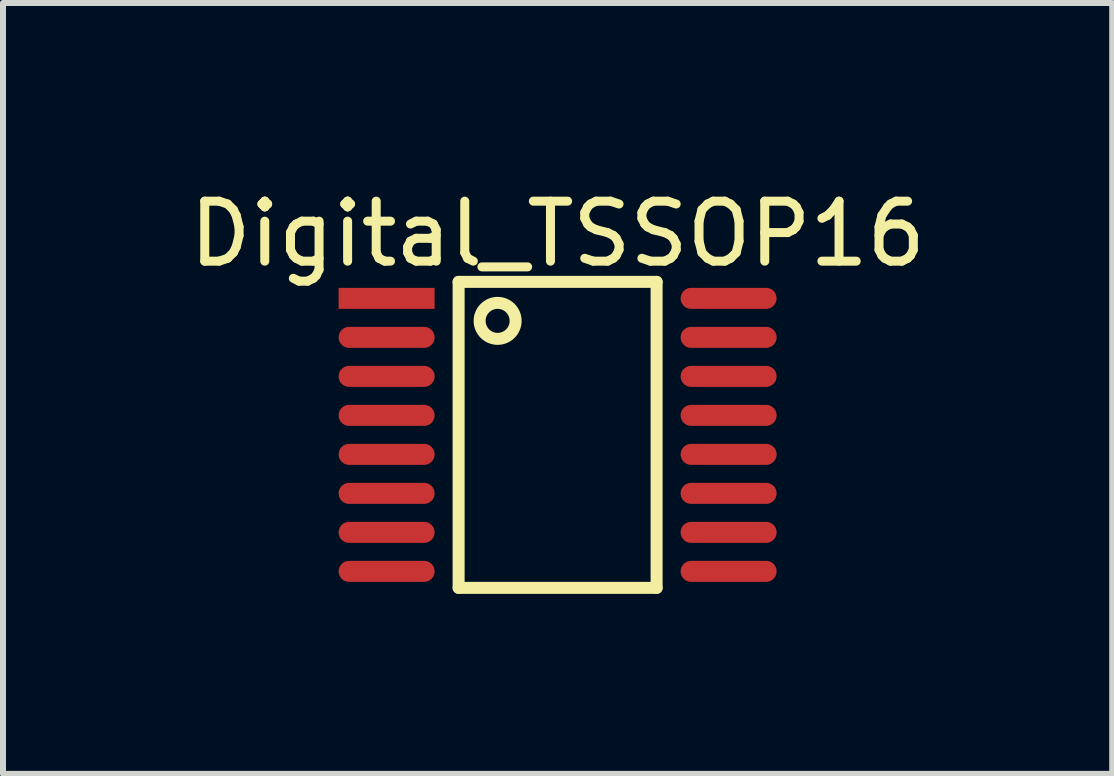
<source format=kicad_pcb>
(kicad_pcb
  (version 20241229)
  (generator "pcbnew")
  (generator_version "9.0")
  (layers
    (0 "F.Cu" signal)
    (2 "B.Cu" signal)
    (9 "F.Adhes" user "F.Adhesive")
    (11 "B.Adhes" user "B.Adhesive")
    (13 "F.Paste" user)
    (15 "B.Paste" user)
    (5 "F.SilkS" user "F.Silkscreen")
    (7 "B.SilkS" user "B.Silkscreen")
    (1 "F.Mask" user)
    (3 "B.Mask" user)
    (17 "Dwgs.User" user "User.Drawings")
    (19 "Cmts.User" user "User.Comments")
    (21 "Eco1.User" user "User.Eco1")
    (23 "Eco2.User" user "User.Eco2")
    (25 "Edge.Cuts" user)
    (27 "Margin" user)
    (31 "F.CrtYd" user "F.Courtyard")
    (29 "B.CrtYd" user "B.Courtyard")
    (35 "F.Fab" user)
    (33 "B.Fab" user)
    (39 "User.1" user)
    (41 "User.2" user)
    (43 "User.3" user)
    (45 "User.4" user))
  (footprint "Digital_TSSOP16"
    (layer "F.Cu")
    (at 6.244 4.198)
    (property "Reference" "Digital_TSSOP16" (at 0 -3.35 0) (layer "F.SilkS") (effects (font (size 1 1) (thickness 0.15))))
    (fp_line (start -1.65 -2.55) (end 1.65 -2.55) (stroke (width 0.2) (type solid)) (layer "F.SilkS"))
    (fp_line (start -1.65 2.55) (end -1.65 -2.55) (stroke (width 0.2) (type solid)) (layer "F.SilkS"))
    (fp_line (start -1.65 2.55) (end 1.65 2.55) (stroke (width 0.2) (type solid)) (layer "F.SilkS"))
    (fp_line (start 1.65 2.55) (end 1.65 -2.55) (stroke (width 0.2) (type solid)) (layer "F.SilkS"))
    (fp_circle (center -1 -1.9) (end -1 -2.2) (stroke (width 0.2) (type solid)) (fill no) (layer "F.SilkS"))
    (pad "1" smd rect (at -2.85 -2.275 90) (size 0.35 1.6) (layers "F.Cu" "F.Mask" "F.Paste"))
    (pad "2" smd oval (at -2.85 -1.625 90) (size 0.35 1.6) (layers "F.Cu" "F.Mask" "F.Paste"))
    (pad "3" smd oval (at -2.85 -0.975 90) (size 0.35 1.6) (layers "F.Cu" "F.Mask" "F.Paste"))
    (pad "4" smd oval (at -2.85 -0.325 90) (size 0.35 1.6) (layers "F.Cu" "F.Mask" "F.Paste"))
    (pad "5" smd oval (at -2.85 0.325 90) (size 0.35 1.6) (layers "F.Cu" "F.Mask" "F.Paste"))
    (pad "6" smd oval (at -2.85 0.975 90) (size 0.35 1.6) (layers "F.Cu" "F.Mask" "F.Paste"))
    (pad "7" smd oval (at -2.85 1.625 90) (size 0.35 1.6) (layers "F.Cu" "F.Mask" "F.Paste"))
    (pad "8" smd oval (at -2.85 2.275 90) (size 0.35 1.6) (layers "F.Cu" "F.Mask" "F.Paste"))
    (pad "9" smd oval (at 2.85 2.275 90) (size 0.35 1.6) (layers "F.Cu" "F.Mask" "F.Paste"))
    (pad "10" smd oval (at 2.85 1.625 90) (size 0.35 1.6) (layers "F.Cu" "F.Mask" "F.Paste"))
    (pad "11" smd oval (at 2.85 0.975 90) (size 0.35 1.6) (layers "F.Cu" "F.Mask" "F.Paste"))
    (pad "12" smd oval (at 2.85 0.325 90) (size 0.35 1.6) (layers "F.Cu" "F.Mask" "F.Paste"))
    (pad "13" smd oval (at 2.85 -0.325 90) (size 0.35 1.6) (layers "F.Cu" "F.Mask" "F.Paste"))
    (pad "14" smd oval (at 2.85 -0.975 90) (size 0.35 1.6) (layers "F.Cu" "F.Mask" "F.Paste"))
    (pad "15" smd oval (at 2.85 -1.625 90) (size 0.35 1.6) (layers "F.Cu" "F.Mask" "F.Paste"))
    (pad "16" smd oval (at 2.85 -2.275 90) (size 0.35 1.6) (layers "F.Cu" "F.Mask" "F.Paste")))
  (gr_rect
    (start -3 -3)
    (end 15.488 9.848)
    (stroke (width 0.1) (type default))
    (fill no)
    (layer "Edge.Cuts")))
</source>
